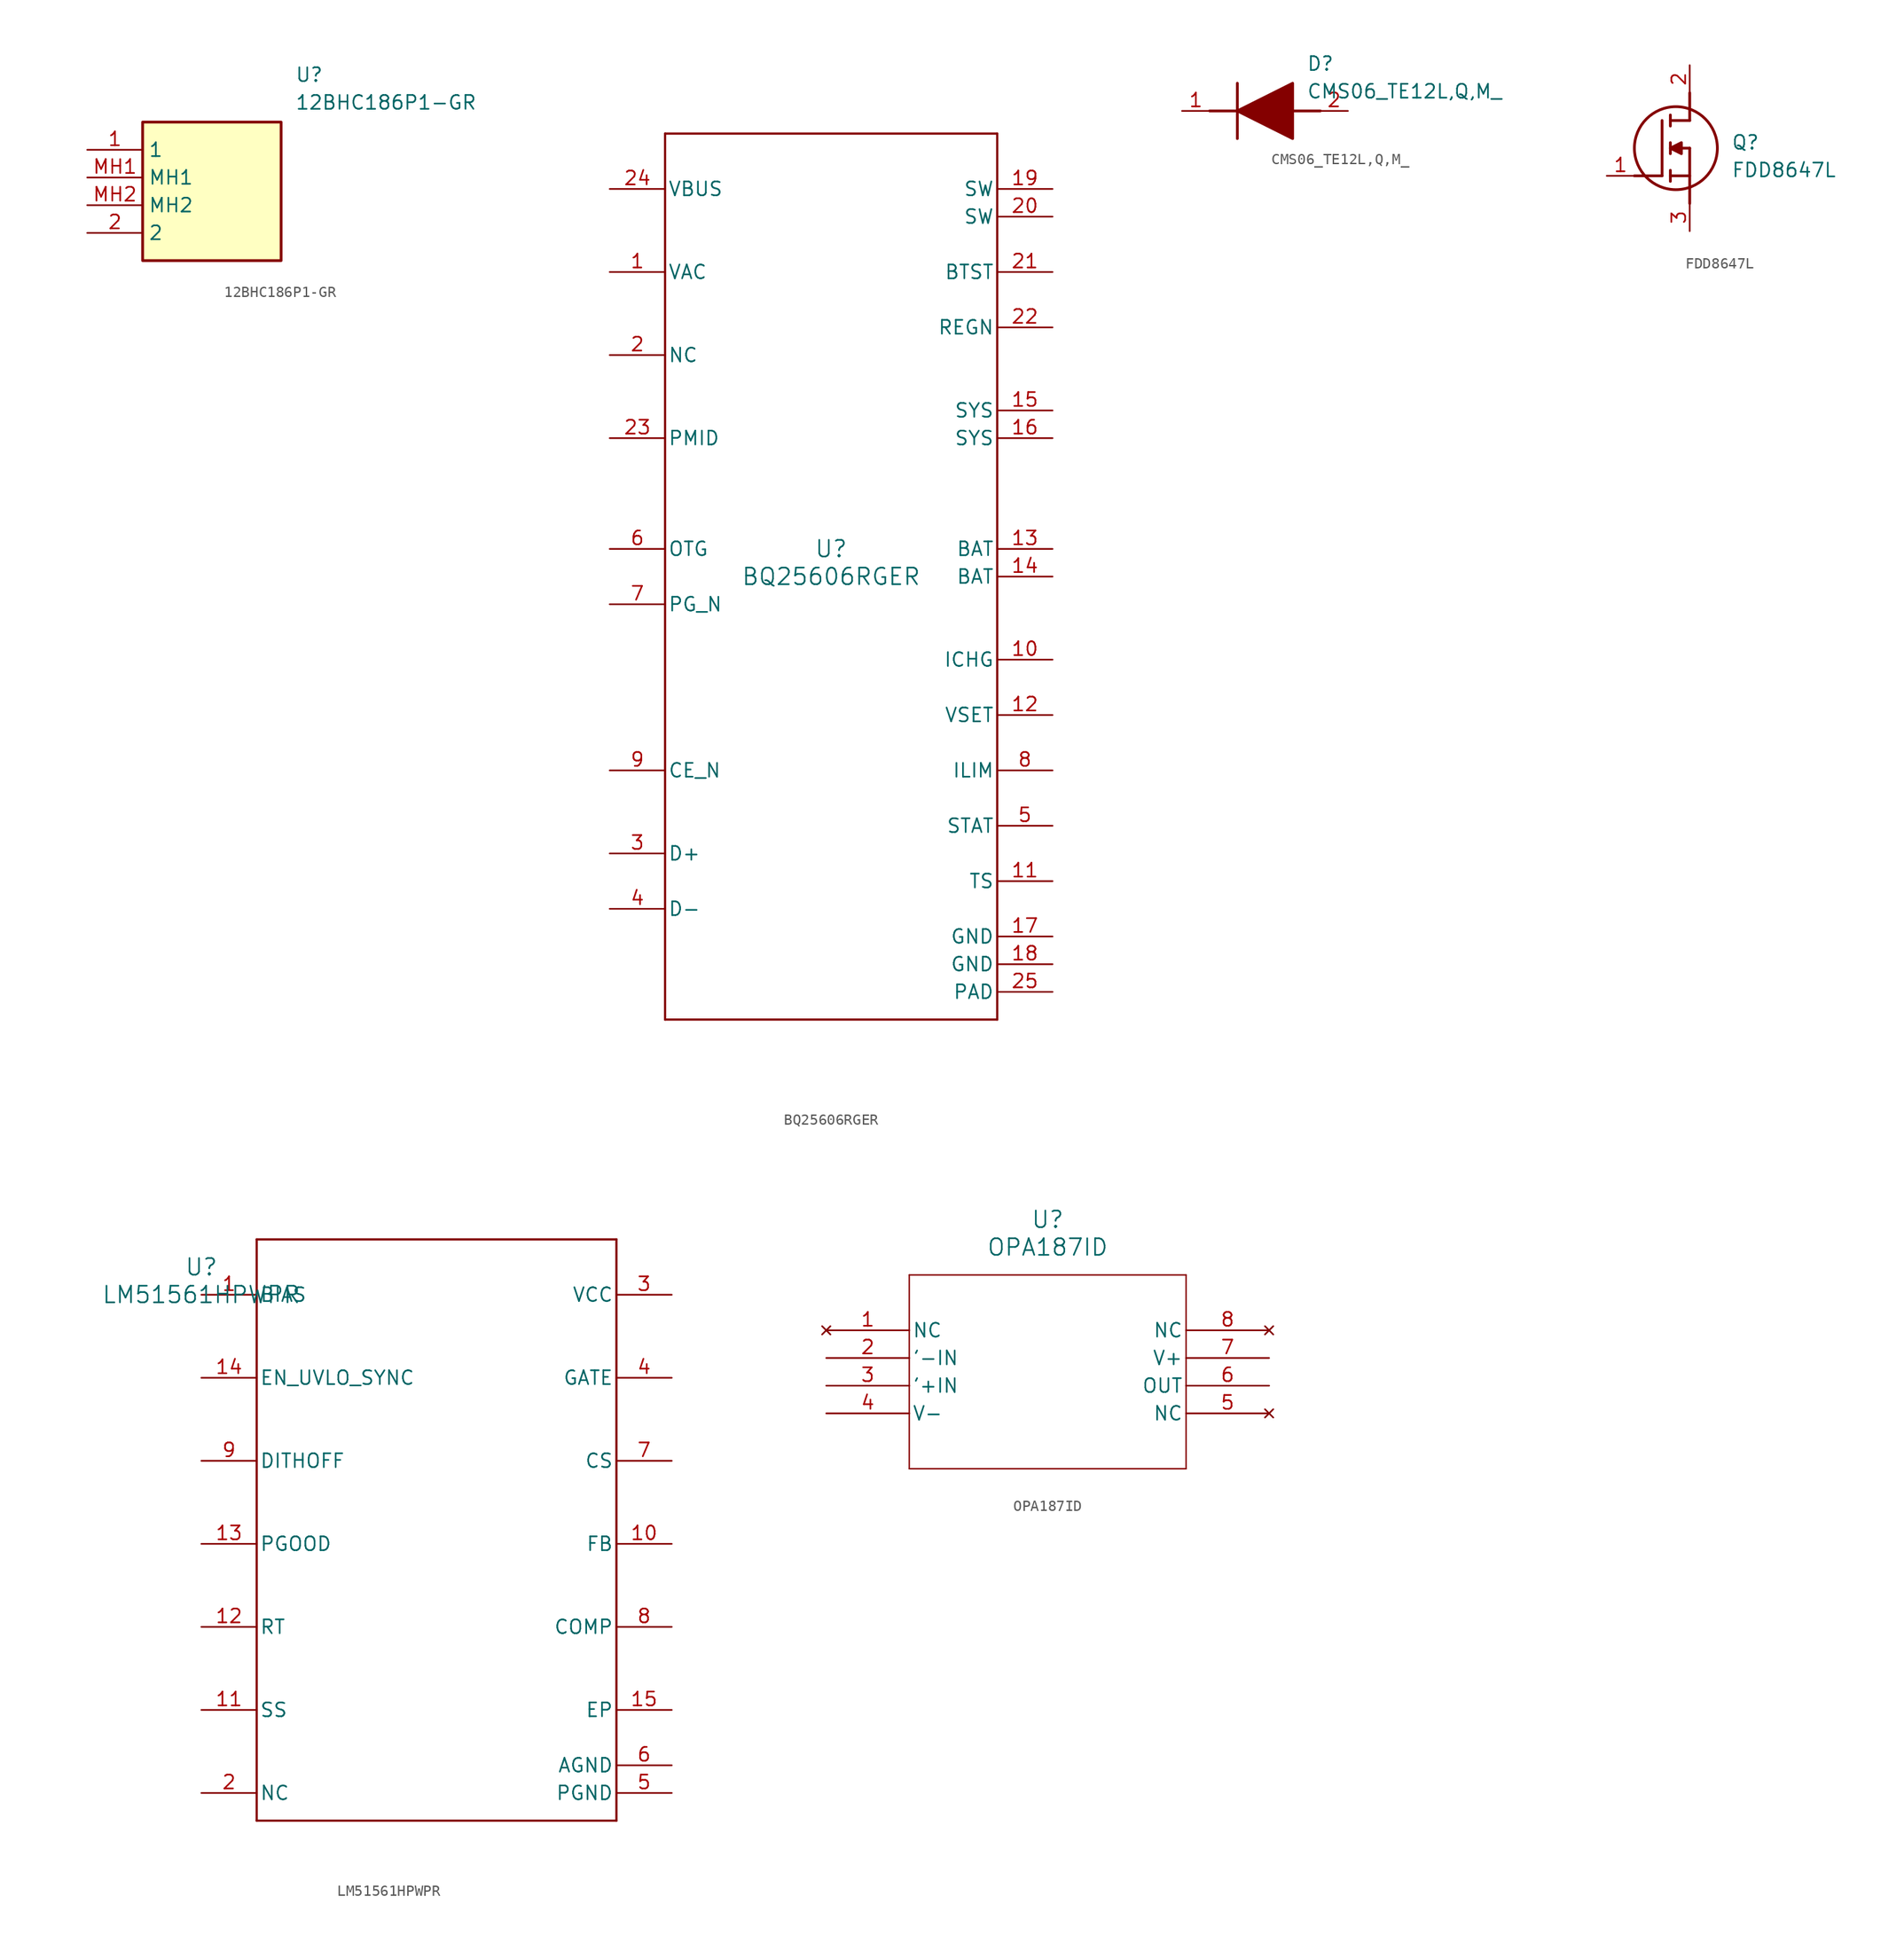
<source format=kicad_sym>
(kicad_symbol_lib
  (version 20231120)
  (generator "kicad_symbol_editor")
  (generator_version "8.0")
  (symbol "12BHC186P1-GR"
    (property "Reference" "U"
      (at 19.05 7.62 0)
      (effects (font (size 1.27 1.27)) (justify left top)))
    (property "Value" "12BHC186P1-GR"
      (at 19.05 5.08 0)
      (effects (font (size 1.27 1.27)) (justify left top)))
    (symbol "12BHC186P1-GR_1_1"
      (rectangle (start 5.08 2.54) (end 17.78 -10.16) (stroke (width 0.254) (type default)) (fill (type background)))
      (pin passive line (at 0 0 0) (length 5.08) (name "1" (effects (font (size 1.27 1.27)))) (number "1" (effects (font (size 1.27 1.27)))))
      (pin passive line (at 0 -7.62 0) (length 5.08) (name "2" (effects (font (size 1.27 1.27)))) (number "2" (effects (font (size 1.27 1.27)))))
      (pin passive line (at 0 -2.54 0) (length 5.08) (name "MH1" (effects (font (size 1.27 1.27)))) (number "MH1" (effects (font (size 1.27 1.27)))))
      (pin passive line (at 0 -5.08 0) (length 5.08) (name "MH2" (effects (font (size 1.27 1.27)))) (number "MH2" (effects (font (size 1.27 1.27)))))))
  (symbol "BQ25606RGER"
    (pin_names
      (offset 0.254))
    (property "Reference" "U"
      (at 0 2.54 0)
      (effects (font (size 1.524 1.524))))
    (property "Value" "BQ25606RGER"
      (at 0 0 0)
      (effects (font (size 1.524 1.524))))
    (property "ki_locked" ""
      (at 0 0 0)
      (effects (font (size 1.27 1.27))))
    (symbol "BQ25606RGER_0_1"
      (polyline (pts (xy -15.24 -40.64) (xy 15.24 -40.64)) (stroke (width 0.203) (type default)) (fill (type none)))
      (polyline (pts (xy -15.24 40.64) (xy -15.24 -40.64)) (stroke (width 0.203) (type default)) (fill (type none)))
      (polyline (pts (xy 15.24 -40.64) (xy 15.24 40.64)) (stroke (width 0.203) (type default)) (fill (type none)))
      (polyline (pts (xy 15.24 40.64) (xy -15.24 40.64)) (stroke (width 0.203) (type default)) (fill (type none)))
      (pin power_in line (at -20.32 27.94 0) (length 5.08) (name "VAC" (effects (font (size 1.27 1.27)))) (number "1" (effects (font (size 1.27 1.27)))))
      (pin bidirectional line (at 20.32 -7.62 180) (length 5.08) (name "ICHG" (effects (font (size 1.27 1.27)))) (number "10" (effects (font (size 1.27 1.27)))))
      (pin input line (at 20.32 -27.94 180) (length 5.08) (name "TS" (effects (font (size 1.27 1.27)))) (number "11" (effects (font (size 1.27 1.27)))))
      (pin input line (at 20.32 -12.7 180) (length 5.08) (name "VSET" (effects (font (size 1.27 1.27)))) (number "12" (effects (font (size 1.27 1.27)))))
      (pin power_in line (at 20.32 2.54 180) (length 5.08) (name "BAT" (effects (font (size 1.27 1.27)))) (number "13" (effects (font (size 1.27 1.27)))))
      (pin power_in line (at 20.32 0 180) (length 5.08) (name "BAT" (effects (font (size 1.27 1.27)))) (number "14" (effects (font (size 1.27 1.27)))))
      (pin power_in line (at 20.32 15.24 180) (length 5.08) (name "SYS" (effects (font (size 1.27 1.27)))) (number "15" (effects (font (size 1.27 1.27)))))
      (pin power_in line (at 20.32 12.7 180) (length 5.08) (name "SYS" (effects (font (size 1.27 1.27)))) (number "16" (effects (font (size 1.27 1.27)))))
      (pin power_in line (at 20.32 -33.02 180) (length 5.08) (name "GND" (effects (font (size 1.27 1.27)))) (number "17" (effects (font (size 1.27 1.27)))))
      (pin power_in line (at 20.32 -35.56 180) (length 5.08) (name "GND" (effects (font (size 1.27 1.27)))) (number "18" (effects (font (size 1.27 1.27)))))
      (pin power_in line (at 20.32 35.56 180) (length 5.08) (name "SW" (effects (font (size 1.27 1.27)))) (number "19" (effects (font (size 1.27 1.27)))))
      (pin unspecified line (at -20.32 20.32 0) (length 5.08) (name "NC" (effects (font (size 1.27 1.27)))) (number "2" (effects (font (size 1.27 1.27)))))
      (pin power_in line (at 20.32 33.02 180) (length 5.08) (name "SW" (effects (font (size 1.27 1.27)))) (number "20" (effects (font (size 1.27 1.27)))))
      (pin power_in line (at 20.32 27.94 180) (length 5.08) (name "BTST" (effects (font (size 1.27 1.27)))) (number "21" (effects (font (size 1.27 1.27)))))
      (pin power_in line (at 20.32 22.86 180) (length 5.08) (name "REGN" (effects (font (size 1.27 1.27)))) (number "22" (effects (font (size 1.27 1.27)))))
      (pin output line (at -20.32 12.7 0) (length 5.08) (name "PMID" (effects (font (size 1.27 1.27)))) (number "23" (effects (font (size 1.27 1.27)))))
      (pin power_in line (at -20.32 35.56 0) (length 5.08) (name "VBUS" (effects (font (size 1.27 1.27)))) (number "24" (effects (font (size 1.27 1.27)))))
      (pin power_in line (at 20.32 -38.1 180) (length 5.08) (name "PAD" (effects (font (size 1.27 1.27)))) (number "25" (effects (font (size 1.27 1.27)))))
      (pin input line (at -20.32 -25.4 0) (length 5.08) (name "D+" (effects (font (size 1.27 1.27)))) (number "3" (effects (font (size 1.27 1.27)))))
      (pin unspecified line (at -20.32 -30.48 0) (length 5.08) (name "D-" (effects (font (size 1.27 1.27)))) (number "4" (effects (font (size 1.27 1.27)))))
      (pin open_collector line (at 20.32 -22.86 180) (length 5.08) (name "STAT" (effects (font (size 1.27 1.27)))) (number "5" (effects (font (size 1.27 1.27)))))
      (pin input line (at -20.32 2.54 0) (length 5.08) (name "OTG" (effects (font (size 1.27 1.27)))) (number "6" (effects (font (size 1.27 1.27)))))
      (pin open_collector line (at -20.32 -2.54 0) (length 5.08) (name "PG_N" (effects (font (size 1.27 1.27)))) (number "7" (effects (font (size 1.27 1.27)))))
      (pin input line (at 20.32 -17.78 180) (length 5.08) (name "ILIM" (effects (font (size 1.27 1.27)))) (number "8" (effects (font (size 1.27 1.27)))))
      (pin input line (at -20.32 -17.78 0) (length 5.08) (name "CE_N" (effects (font (size 1.27 1.27)))) (number "9" (effects (font (size 1.27 1.27)))))))
  (symbol "CMS06_TE12L,Q,M_"
    (pin_names hide)
    (property "Reference" "D"
      (at 11.43 5.08 0)
      (effects (font (size 1.27 1.27)) (justify left top)))
    (property "Value" "CMS06_TE12L,Q,M_"
      (at 11.43 2.54 0)
      (effects (font (size 1.27 1.27)) (justify left top)))
    (symbol "CMS06_TE12L,Q,M__1_1"
      (polyline (pts (xy 2.54 0) (xy 5.08 0)) (stroke (width 0.254) (type default)) (fill (type none)))
      (polyline (pts (xy 5.08 2.54) (xy 5.08 -2.54)) (stroke (width 0.254) (type default)) (fill (type none)))
      (polyline (pts (xy 10.16 0) (xy 12.7 0)) (stroke (width 0.254) (type default)) (fill (type none)))
      (polyline (pts (xy 5.08 0) (xy 10.16 2.54) (xy 10.16 -2.54) (xy 5.08 0)) (stroke (width 0.254) (type default)) (fill (type outline)))
      (pin passive line (at 0 0 0) (length 2.54) (name "K" (effects (font (size 1.27 1.27)))) (number "1" (effects (font (size 1.27 1.27)))))
      (pin passive line (at 15.24 0 180) (length 2.54) (name "A" (effects (font (size 1.27 1.27)))) (number "2" (effects (font (size 1.27 1.27)))))))
  (symbol "FDD8647L"
    (pin_names hide)
    (property "Reference" "Q"
      (at 11.43 3.81 0)
      (effects (font (size 1.27 1.27)) (justify left top)))
    (property "Value" "FDD8647L"
      (at 11.43 1.27 0)
      (effects (font (size 1.27 1.27)) (justify left top)))
    (symbol "FDD8647L_1_1"
      (polyline (pts (xy 2.54 0) (xy 5.08 0)) (stroke (width 0.254) (type default)) (fill (type none)))
      (polyline (pts (xy 5.08 5.08) (xy 5.08 0)) (stroke (width 0.254) (type default)) (fill (type none)))
      (polyline (pts (xy 5.842 -0.508) (xy 5.842 0.508)) (stroke (width 0.254) (type default)) (fill (type none)))
      (polyline (pts (xy 5.842 0) (xy 7.62 0)) (stroke (width 0.254) (type default)) (fill (type none)))
      (polyline (pts (xy 5.842 2.032) (xy 5.842 3.048)) (stroke (width 0.254) (type default)) (fill (type none)))
      (polyline (pts (xy 5.842 5.588) (xy 5.842 4.572)) (stroke (width 0.254) (type default)) (fill (type none)))
      (polyline (pts (xy 7.62 2.54) (xy 5.842 2.54)) (stroke (width 0.254) (type default)) (fill (type none)))
      (polyline (pts (xy 7.62 2.54) (xy 7.62 -2.54)) (stroke (width 0.254) (type default)) (fill (type none)))
      (polyline (pts (xy 7.62 5.08) (xy 5.842 5.08)) (stroke (width 0.254) (type default)) (fill (type none)))
      (polyline (pts (xy 7.62 5.08) (xy 7.62 7.62)) (stroke (width 0.254) (type default)) (fill (type none)))
      (polyline (pts (xy 5.842 2.54) (xy 6.858 3.048) (xy 6.858 2.032) (xy 5.842 2.54)) (stroke (width 0.254) (type default)) (fill (type outline)))
      (circle (center 6.35 2.54) (radius 3.81) (stroke (width 0.254) (type default)) (fill (type none)))
      (pin passive line (at 0 0 0) (length 2.54) (name "G" (effects (font (size 1.27 1.27)))) (number "1" (effects (font (size 1.27 1.27)))))
      (pin passive line (at 7.62 10.16 270) (length 2.54) (name "D" (effects (font (size 1.27 1.27)))) (number "2" (effects (font (size 1.27 1.27)))))
      (pin passive line (at 7.62 -5.08 90) (length 2.54) (name "S" (effects (font (size 1.27 1.27)))) (number "3" (effects (font (size 1.27 1.27)))))))
  (symbol "LM51561HPWPR"
    (pin_names
      (offset 0.254))
    (property "Reference" "U"
      (at 0 2.54 0)
      (effects (font (size 1.524 1.524))))
    (property "Value" "LM51561HPWPR"
      (at 0 0 0)
      (effects (font (size 1.524 1.524))))
    (property "ki_locked" ""
      (at 0 0 0)
      (effects (font (size 1.27 1.27))))
    (symbol "LM51561HPWPR_0_1"
      (polyline (pts (xy 5.08 -48.26) (xy 38.1 -48.26)) (stroke (width 0.203) (type default)) (fill (type none)))
      (polyline (pts (xy 5.08 5.08) (xy 5.08 -48.26)) (stroke (width 0.203) (type default)) (fill (type none)))
      (polyline (pts (xy 38.1 -48.26) (xy 38.1 5.08)) (stroke (width 0.203) (type default)) (fill (type none)))
      (polyline (pts (xy 38.1 5.08) (xy 5.08 5.08)) (stroke (width 0.203) (type default)) (fill (type none)))
      (pin power_in line (at 0 0 0) (length 5.08) (name "BIAS" (effects (font (size 1.27 1.27)))) (number "1" (effects (font (size 1.27 1.27)))))
      (pin unspecified line (at 43.18 -22.86 180) (length 5.08) (name "FB" (effects (font (size 1.27 1.27)))) (number "10" (effects (font (size 1.27 1.27)))))
      (pin unspecified line (at 0 -38.1 0) (length 5.08) (name "SS" (effects (font (size 1.27 1.27)))) (number "11" (effects (font (size 1.27 1.27)))))
      (pin unspecified line (at 0 -30.48 0) (length 5.08) (name "RT" (effects (font (size 1.27 1.27)))) (number "12" (effects (font (size 1.27 1.27)))))
      (pin open_collector line (at 0 -22.86 0) (length 5.08) (name "PGOOD" (effects (font (size 1.27 1.27)))) (number "13" (effects (font (size 1.27 1.27)))))
      (pin input line (at 0 -7.62 0) (length 5.08) (name "EN_UVLO_SYNC" (effects (font (size 1.27 1.27)))) (number "14" (effects (font (size 1.27 1.27)))))
      (pin unspecified line (at 43.18 -38.1 180) (length 5.08) (name "EP" (effects (font (size 1.27 1.27)))) (number "15" (effects (font (size 1.27 1.27)))))
      (pin unspecified line (at 0 -45.72 0) (length 5.08) (name "NC" (effects (font (size 1.27 1.27)))) (number "2" (effects (font (size 1.27 1.27)))))
      (pin unspecified line (at 43.18 0 180) (length 5.08) (name "VCC" (effects (font (size 1.27 1.27)))) (number "3" (effects (font (size 1.27 1.27)))))
      (pin unspecified line (at 43.18 -7.62 180) (length 5.08) (name "GATE" (effects (font (size 1.27 1.27)))) (number "4" (effects (font (size 1.27 1.27)))))
      (pin power_in line (at 43.18 -45.72 180) (length 5.08) (name "PGND" (effects (font (size 1.27 1.27)))) (number "5" (effects (font (size 1.27 1.27)))))
      (pin power_in line (at 43.18 -43.18 180) (length 5.08) (name "AGND" (effects (font (size 1.27 1.27)))) (number "6" (effects (font (size 1.27 1.27)))))
      (pin unspecified line (at 43.18 -15.24 180) (length 5.08) (name "CS" (effects (font (size 1.27 1.27)))) (number "7" (effects (font (size 1.27 1.27)))))
      (pin unspecified line (at 43.18 -30.48 180) (length 5.08) (name "COMP" (effects (font (size 1.27 1.27)))) (number "8" (effects (font (size 1.27 1.27)))))
      (pin input line (at 0 -15.24 0) (length 5.08) (name "DITHOFF" (effects (font (size 1.27 1.27)))) (number "9" (effects (font (size 1.27 1.27)))))))
  (symbol "OPA187ID"
    (pin_names
      (offset 0.254))
    (property "Reference" "U"
      (at 20.32 10.16 0)
      (effects (font (size 1.524 1.524))))
    (property "Value" "OPA187ID"
      (at 20.32 7.62 0)
      (effects (font (size 1.524 1.524))))
    (property "ki_locked" ""
      (at 0 0 0)
      (effects (font (size 1.27 1.27))))
    (symbol "OPA187ID_0_1"
      (polyline (pts (xy 7.62 -12.7) (xy 33.02 -12.7)) (stroke (width 0.127) (type default)) (fill (type none)))
      (polyline (pts (xy 7.62 5.08) (xy 7.62 -12.7)) (stroke (width 0.127) (type default)) (fill (type none)))
      (polyline (pts (xy 33.02 -12.7) (xy 33.02 5.08)) (stroke (width 0.127) (type default)) (fill (type none)))
      (polyline (pts (xy 33.02 5.08) (xy 7.62 5.08)) (stroke (width 0.127) (type default)) (fill (type none)))
      (pin no_connect line (at 0 0 0) (length 7.62) (name "NC" (effects (font (size 1.27 1.27)))) (number "1" (effects (font (size 1.27 1.27)))))
      (pin input line (at 0 -2.54 0) (length 7.62) (name "'-IN" (effects (font (size 1.27 1.27)))) (number "2" (effects (font (size 1.27 1.27)))))
      (pin input line (at 0 -5.08 0) (length 7.62) (name "'+IN" (effects (font (size 1.27 1.27)))) (number "3" (effects (font (size 1.27 1.27)))))
      (pin power_in line (at 0 -7.62 0) (length 7.62) (name "V-" (effects (font (size 1.27 1.27)))) (number "4" (effects (font (size 1.27 1.27)))))
      (pin no_connect line (at 40.64 -7.62 180) (length 7.62) (name "NC" (effects (font (size 1.27 1.27)))) (number "5" (effects (font (size 1.27 1.27)))))
      (pin output line (at 40.64 -5.08 180) (length 7.62) (name "OUT" (effects (font (size 1.27 1.27)))) (number "6" (effects (font (size 1.27 1.27)))))
      (pin power_in line (at 40.64 -2.54 180) (length 7.62) (name "V+" (effects (font (size 1.27 1.27)))) (number "7" (effects (font (size 1.27 1.27)))))
      (pin no_connect line (at 40.64 0 180) (length 7.62) (name "NC" (effects (font (size 1.27 1.27)))) (number "8" (effects (font (size 1.27 1.27))))))))
</source>
